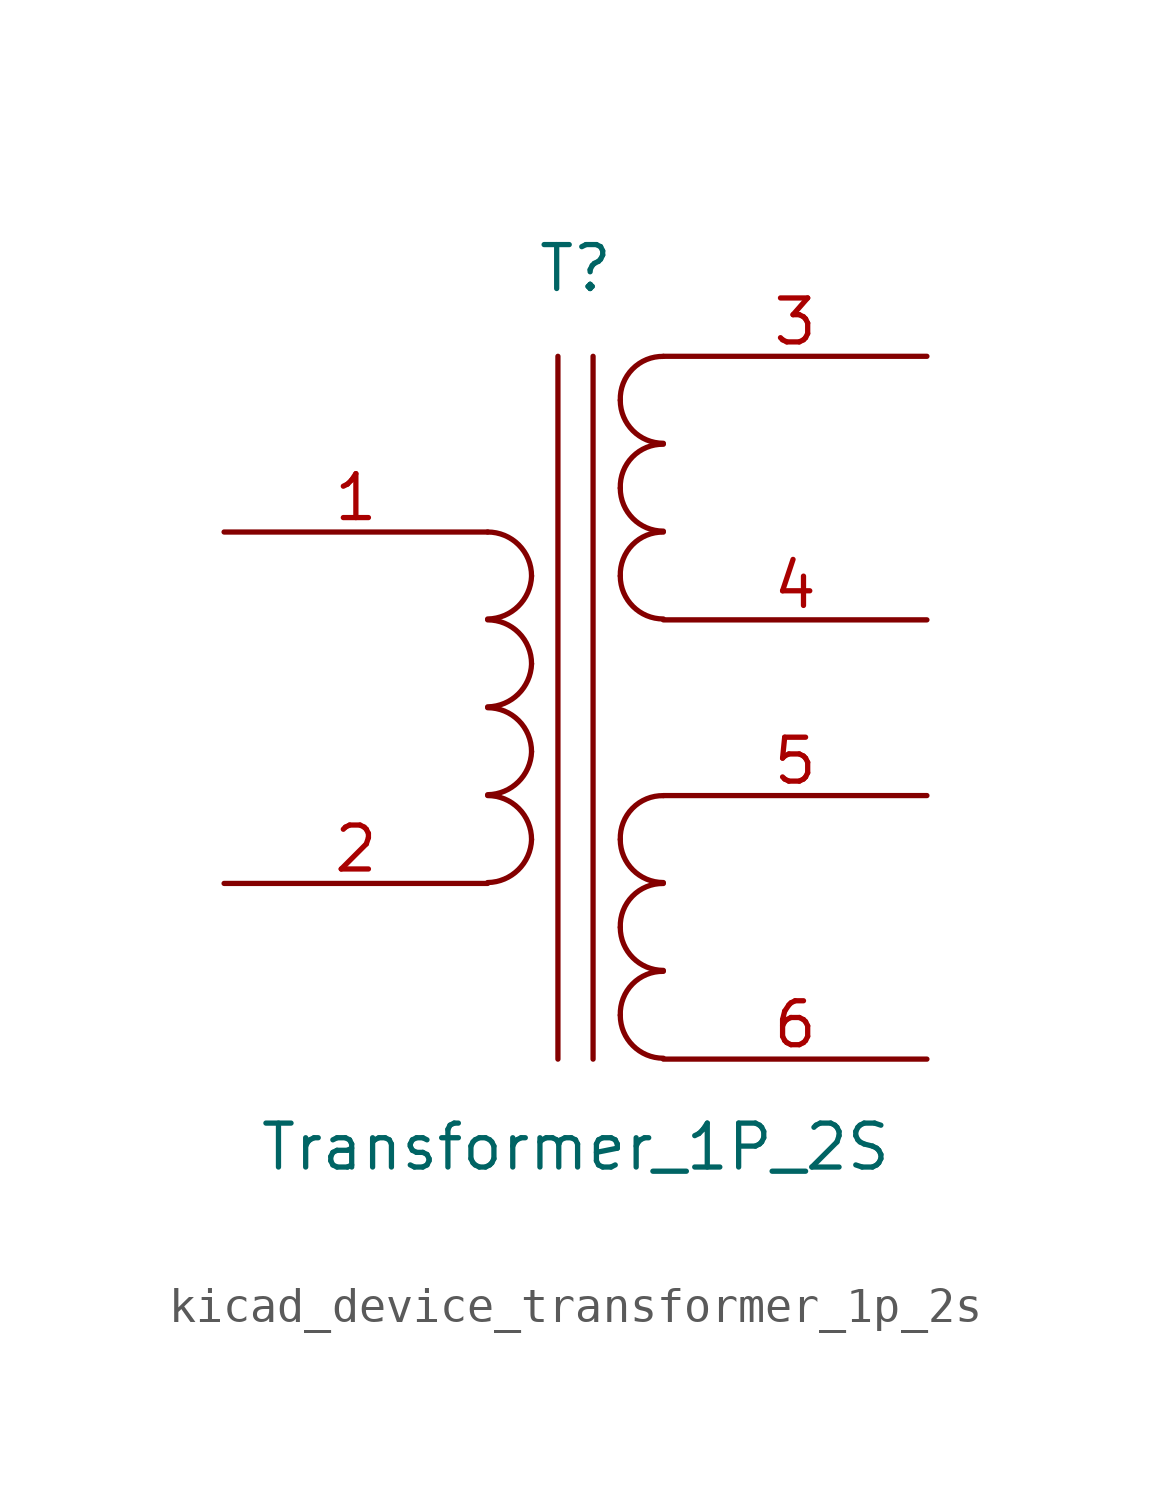
<source format=kicad_sym>
(kicad_symbol_lib
  (version 20220914)
  (generator kicad_symbol_editor)
  (symbol "kicad_device_transformer_1p_2s"
    (pin_names
      (offset 1.016) hide)
    (property "Reference" "T"
      (at 0 12.7 0)
      (effects (font (size 1.27 1.27))))
    (property "Value" "Transformer_1P_2S"
      (at 0 -12.7 0)
      (effects (font (size 1.27 1.27))))
    (symbol "kicad_device_transformer_1p_2s_0_1"
      (arc (start -2.54 -5.0546) (mid -1.6599 -4.6901) (end -1.27 -3.81) (stroke (width 0) (type default)) (fill (type none)))
      (arc (start -2.54 -2.5146) (mid -1.6599 -2.1501) (end -1.27 -1.27) (stroke (width 0) (type default)) (fill (type none)))
      (arc (start -2.54 0.0254) (mid -1.6599 0.3899) (end -1.27 1.27) (stroke (width 0) (type default)) (fill (type none)))
      (arc (start -2.54 2.5654) (mid -1.6599 2.9299) (end -1.27 3.81) (stroke (width 0) (type default)) (fill (type none)))
      (arc (start -1.27 -3.81) (mid -1.642 -2.912) (end -2.54 -2.54) (stroke (width 0) (type default)) (fill (type none)))
      (arc (start -1.27 -1.27) (mid -1.642 -0.372) (end -2.54 0) (stroke (width 0) (type default)) (fill (type none)))
      (arc (start -1.27 1.27) (mid -1.642 2.168) (end -2.54 2.54) (stroke (width 0) (type default)) (fill (type none)))
      (arc (start -1.27 3.81) (mid -1.642 4.708) (end -2.54 5.08) (stroke (width 0) (type default)) (fill (type none)))
      (polyline (pts (xy -0.508 -10.16) (xy -0.508 10.16)) (stroke (width 0) (type default)) (fill (type none)))
      (polyline (pts (xy 0.508 10.16) (xy 0.508 -10.16)) (stroke (width 0) (type default)) (fill (type none)))
      (arc (start 1.2954 -8.89) (mid 1.6599 -9.7701) (end 2.54 -10.1346) (stroke (width 0) (type default)) (fill (type none)))
      (arc (start 1.2954 -6.35) (mid 1.6599 -7.2301) (end 2.54 -7.5946) (stroke (width 0) (type default)) (fill (type none)))
      (arc (start 1.2954 -3.81) (mid 1.6599 -4.6901) (end 2.54 -5.0546) (stroke (width 0) (type default)) (fill (type none)))
      (arc (start 1.2954 3.81) (mid 1.6599 2.9299) (end 2.54 2.5654) (stroke (width 0) (type default)) (fill (type none)))
      (arc (start 1.2954 6.35) (mid 1.6599 5.4699) (end 2.54 5.1054) (stroke (width 0) (type default)) (fill (type none)))
      (arc (start 1.2954 8.89) (mid 1.6599 8.0099) (end 2.54 7.6454) (stroke (width 0) (type default)) (fill (type none)))
      (arc (start 2.54 -7.62) (mid 1.642 -7.992) (end 1.2954 -8.89) (stroke (width 0) (type default)) (fill (type none)))
      (arc (start 2.54 -5.08) (mid 1.642 -5.452) (end 1.2954 -6.35) (stroke (width 0) (type default)) (fill (type none)))
      (arc (start 2.54 -2.54) (mid 1.642 -2.912) (end 1.2954 -3.81) (stroke (width 0) (type default)) (fill (type none)))
      (arc (start 2.54 5.08) (mid 1.642 4.708) (end 1.2954 3.81) (stroke (width 0) (type default)) (fill (type none)))
      (arc (start 2.54 7.62) (mid 1.642 7.248) (end 1.2954 6.35) (stroke (width 0) (type default)) (fill (type none)))
      (arc (start 2.54 10.16) (mid 1.642 9.788) (end 1.2954 8.89) (stroke (width 0) (type default)) (fill (type none))))
    (symbol "kicad_device_transformer_1p_2s_1_1"
      (pin passive line (at -10.16 5.08 0) (length 7.62) (name "AA" (effects (font (size 1.27 1.27)))) (number "1" (effects (font (size 1.27 1.27)))))
      (pin passive line (at -10.16 -5.08 0) (length 7.62) (name "AB" (effects (font (size 1.27 1.27)))) (number "2" (effects (font (size 1.27 1.27)))))
      (pin passive line (at 10.16 10.16 180) (length 7.62) (name "SA" (effects (font (size 1.27 1.27)))) (number "3" (effects (font (size 1.27 1.27)))))
      (pin passive line (at 10.16 2.54 180) (length 7.62) (name "SB" (effects (font (size 1.27 1.27)))) (number "4" (effects (font (size 1.27 1.27)))))
      (pin passive line (at 10.16 -2.54 180) (length 7.62) (name "SC" (effects (font (size 1.27 1.27)))) (number "5" (effects (font (size 1.27 1.27)))))
      (pin passive line (at 10.16 -10.16 180) (length 7.62) (name "SD" (effects (font (size 1.27 1.27)))) (number "6" (effects (font (size 1.27 1.27))))))))
</source>
